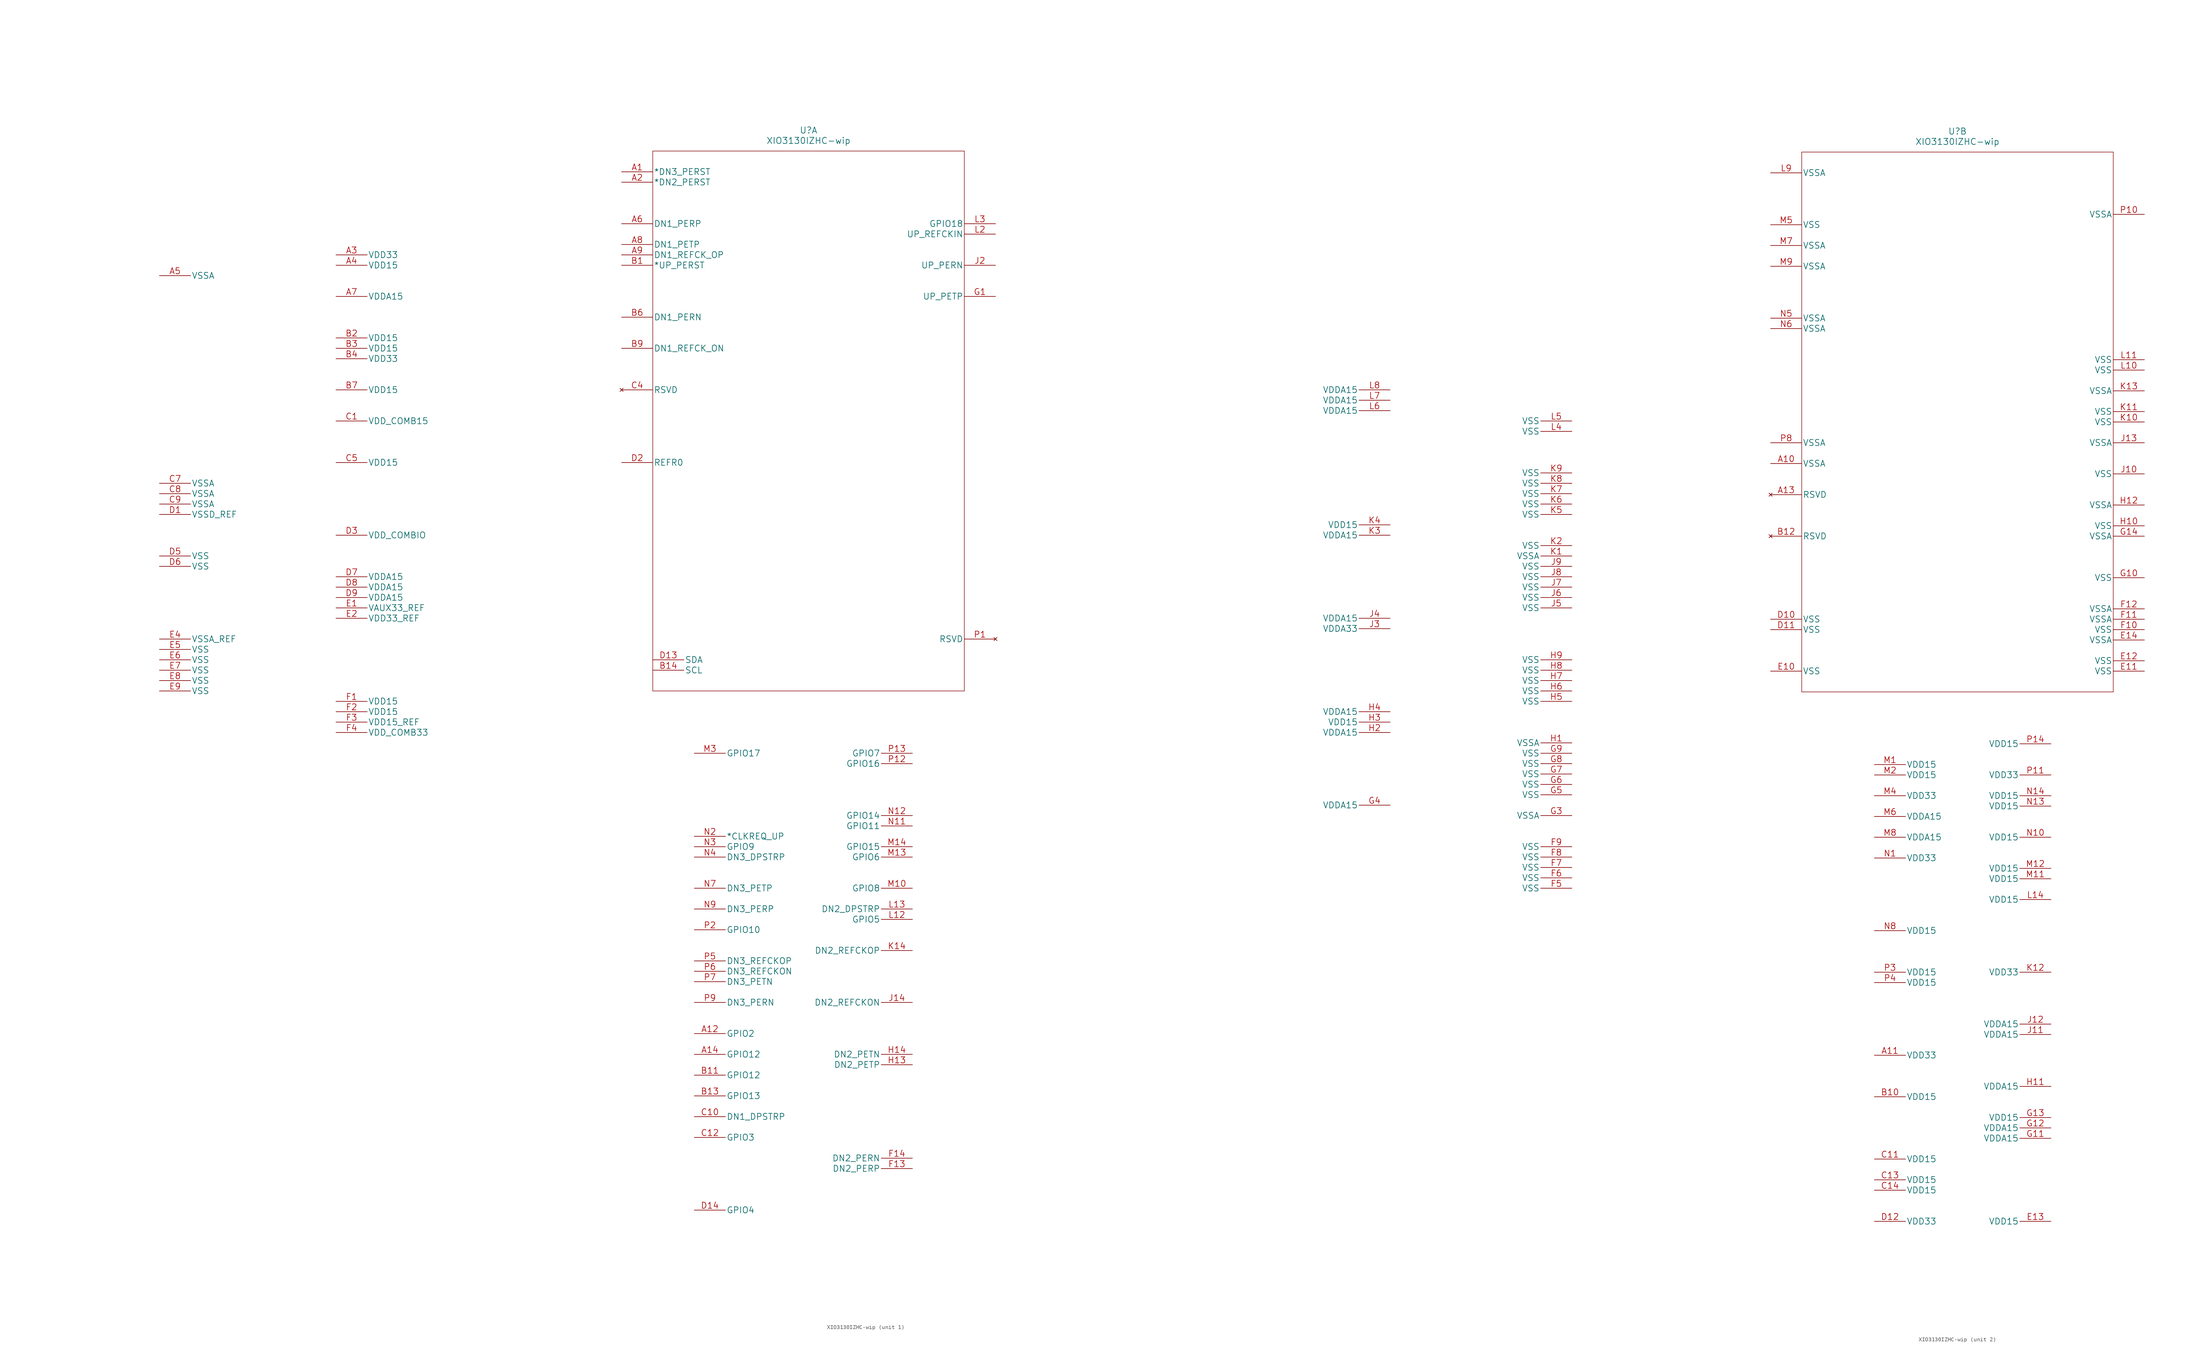
<source format=kicad_sym>
(kicad_symbol_lib
  (version 20201005)
  (generator kicad_symbol_editor)
  (symbol "AP3000:XIO3130IZHC-wip"
    (pin_names
      (offset 0.254))
    (property "Reference" "U"
      (at 0 63.5 0)
      (effects (font (size 1.524 1.524))))
    (property "Value" "XIO3130IZHC-wip"
      (at 0 60.96 0)
      (effects (font (size 1.524 1.524))))
    (property "Datasheet" ""
      (at -45.72 53.34 0)
      (effects (font (size 1.524 1.524))))
    (property "ki_locked" ""
      (at 0 0 0)
      (effects (font (size 1.27 1.27))))
    (symbol "XIO3130IZHC-wip_1_1"
      (polyline (pts (xy -38.1 -73.66) (xy 38.1 -73.66)) (stroke (width 0.127)) (fill (type none)))
      (polyline (pts (xy -38.1 58.42) (xy -38.1 -73.66)) (stroke (width 0.127)) (fill (type none)))
      (polyline (pts (xy 38.1 -73.66) (xy 38.1 58.42)) (stroke (width 0.127)) (fill (type none)))
      (polyline (pts (xy 38.1 58.42) (xy -38.1 58.42)) (stroke (width 0.127)) (fill (type none)))
      (pin output line (at -45.72 53.34 0) (length 7.62) (name "*DN3_PERST" (effects (font (size 1.499 1.499)))) (number "A1" (effects (font (size 1.499 1.499)))))
      (pin bidirectional line (at -27.94 -157.48 0) (length 7.62) (name "GPIO2" (effects (font (size 1.499 1.499)))) (number "A12" (effects (font (size 1.499 1.499)))))
      (pin bidirectional line (at -27.94 -162.56 0) (length 7.62) (name "GPIO12" (effects (font (size 1.499 1.499)))) (number "A14" (effects (font (size 1.499 1.499)))))
      (pin output line (at -45.72 50.8 0) (length 7.62) (name "*DN2_PERST" (effects (font (size 1.499 1.499)))) (number "A2" (effects (font (size 1.499 1.499)))))
      (pin power_in line (at -115.57 33.02 0) (length 7.62) (name "VDD33" (effects (font (size 1.499 1.499)))) (number "A3" (effects (font (size 1.499 1.499)))))
      (pin power_in line (at -115.57 30.48 0) (length 7.62) (name "VDD15" (effects (font (size 1.499 1.499)))) (number "A4" (effects (font (size 1.499 1.499)))))
      (pin power_in line (at -158.75 27.94 0) (length 7.62) (name "VSSA" (effects (font (size 1.499 1.499)))) (number "A5" (effects (font (size 1.499 1.499)))))
      (pin unspecified line (at -45.72 40.64 0) (length 7.62) (name "DN1_PERP" (effects (font (size 1.499 1.499)))) (number "A6" (effects (font (size 1.499 1.499)))))
      (pin power_in line (at -115.57 22.86 0) (length 7.62) (name "VDDA15" (effects (font (size 1.499 1.499)))) (number "A7" (effects (font (size 1.499 1.499)))))
      (pin unspecified line (at -45.72 35.56 0) (length 7.62) (name "DN1_PETP" (effects (font (size 1.499 1.499)))) (number "A8" (effects (font (size 1.499 1.499)))))
      (pin output line (at -45.72 33.02 0) (length 7.62) (name "DN1_REFCK_OP" (effects (font (size 1.499 1.499)))) (number "A9" (effects (font (size 1.499 1.499)))))
      (pin input line (at -45.72 30.48 0) (length 7.62) (name "*UP_PERST" (effects (font (size 1.499 1.499)))) (number "B1" (effects (font (size 1.499 1.499)))))
      (pin bidirectional line (at -27.94 -167.64 0) (length 7.62) (name "GPIO12" (effects (font (size 1.499 1.499)))) (number "B11" (effects (font (size 1.499 1.499)))))
      (pin bidirectional line (at -27.94 -172.72 0) (length 7.62) (name "GPIO13" (effects (font (size 1.499 1.499)))) (number "B13" (effects (font (size 1.499 1.499)))))
      (pin output line (at -38.1 -68.58 0) (length 7.62) (name "SCL" (effects (font (size 1.499 1.499)))) (number "B14" (effects (font (size 1.499 1.499)))))
      (pin power_in line (at -115.57 12.7 0) (length 7.62) (name "VDD15" (effects (font (size 1.499 1.499)))) (number "B2" (effects (font (size 1.499 1.499)))))
      (pin power_in line (at -115.57 10.16 0) (length 7.62) (name "VDD15" (effects (font (size 1.499 1.499)))) (number "B3" (effects (font (size 1.499 1.499)))))
      (pin power_in line (at -115.57 7.62 0) (length 7.62) (name "VDD33" (effects (font (size 1.499 1.499)))) (number "B4" (effects (font (size 1.499 1.499)))))
      (pin unspecified line (at -45.72 17.78 0) (length 7.62) (name "DN1_PERN" (effects (font (size 1.499 1.499)))) (number "B6" (effects (font (size 1.499 1.499)))))
      (pin power_in line (at -115.57 0 0) (length 7.62) (name "VDD15" (effects (font (size 1.499 1.499)))) (number "B7" (effects (font (size 1.499 1.499)))))
      (pin output line (at -45.72 10.16 0) (length 7.62) (name "DN1_REFCK_ON" (effects (font (size 1.499 1.499)))) (number "B9" (effects (font (size 1.499 1.499)))))
      (pin power_in line (at -115.57 -7.62 0) (length 7.62) (name "VDD_COMB15" (effects (font (size 1.499 1.499)))) (number "C1" (effects (font (size 1.499 1.499)))))
      (pin input line (at -27.94 -177.8 0) (length 7.62) (name "DN1_DPSTRP" (effects (font (size 1.499 1.499)))) (number "C10" (effects (font (size 1.499 1.499)))))
      (pin bidirectional line (at -27.94 -182.88 0) (length 7.62) (name "GPIO3" (effects (font (size 1.499 1.499)))) (number "C12" (effects (font (size 1.499 1.499)))))
      (pin no_connect line (at -45.72 0 0) (length 7.62) (name "RSVD" (effects (font (size 1.499 1.499)))) (number "C4" (effects (font (size 1.499 1.499)))))
      (pin power_in line (at -115.57 -17.78 0) (length 7.62) (name "VDD15" (effects (font (size 1.499 1.499)))) (number "C5" (effects (font (size 1.499 1.499)))))
      (pin power_in line (at -158.75 -22.86 0) (length 7.62) (name "VSSA" (effects (font (size 1.499 1.499)))) (number "C7" (effects (font (size 1.499 1.499)))))
      (pin power_in line (at -158.75 -25.4 0) (length 7.62) (name "VSSA" (effects (font (size 1.499 1.499)))) (number "C8" (effects (font (size 1.499 1.499)))))
      (pin power_in line (at -158.75 -27.94 0) (length 7.62) (name "VSSA" (effects (font (size 1.499 1.499)))) (number "C9" (effects (font (size 1.499 1.499)))))
      (pin power_in line (at -158.75 -30.48 0) (length 7.62) (name "VSSD_REF" (effects (font (size 1.499 1.499)))) (number "D1" (effects (font (size 1.499 1.499)))))
      (pin bidirectional line (at -38.1 -66.04 0) (length 7.62) (name "SDA" (effects (font (size 1.499 1.499)))) (number "D13" (effects (font (size 1.499 1.499)))))
      (pin bidirectional line (at -27.94 -200.66 0) (length 7.62) (name "GPIO4" (effects (font (size 1.499 1.499)))) (number "D14" (effects (font (size 1.499 1.499)))))
      (pin unspecified line (at -45.72 -17.78 0) (length 7.62) (name "REFR0" (effects (font (size 1.499 1.499)))) (number "D2" (effects (font (size 1.499 1.499)))))
      (pin power_in line (at -115.57 -35.56 0) (length 7.62) (name "VDD_COMBIO" (effects (font (size 1.499 1.499)))) (number "D3" (effects (font (size 1.499 1.499)))))
      (pin power_in line (at -158.75 -40.64 0) (length 7.62) (name "VSS" (effects (font (size 1.499 1.499)))) (number "D5" (effects (font (size 1.499 1.499)))))
      (pin power_in line (at -158.75 -43.18 0) (length 7.62) (name "VSS" (effects (font (size 1.499 1.499)))) (number "D6" (effects (font (size 1.499 1.499)))))
      (pin power_in line (at -115.57 -45.72 0) (length 7.62) (name "VDDA15" (effects (font (size 1.499 1.499)))) (number "D7" (effects (font (size 1.499 1.499)))))
      (pin power_in line (at -115.57 -48.26 0) (length 7.62) (name "VDDA15" (effects (font (size 1.499 1.499)))) (number "D8" (effects (font (size 1.499 1.499)))))
      (pin power_in line (at -115.57 -50.8 0) (length 7.62) (name "VDDA15" (effects (font (size 1.499 1.499)))) (number "D9" (effects (font (size 1.499 1.499)))))
      (pin power_in line (at -115.57 -53.34 0) (length 7.62) (name "VAUX33_REF" (effects (font (size 1.499 1.499)))) (number "E1" (effects (font (size 1.499 1.499)))))
      (pin power_in line (at -115.57 -55.88 0) (length 7.62) (name "VDD33_REF" (effects (font (size 1.499 1.499)))) (number "E2" (effects (font (size 1.499 1.499)))))
      (pin power_in line (at -158.75 -60.96 0) (length 7.62) (name "VSSA_REF" (effects (font (size 1.499 1.499)))) (number "E4" (effects (font (size 1.499 1.499)))))
      (pin power_in line (at -158.75 -63.5 0) (length 7.62) (name "VSS" (effects (font (size 1.499 1.499)))) (number "E5" (effects (font (size 1.499 1.499)))))
      (pin power_in line (at -158.75 -66.04 0) (length 7.62) (name "VSS" (effects (font (size 1.499 1.499)))) (number "E6" (effects (font (size 1.499 1.499)))))
      (pin power_in line (at -158.75 -68.58 0) (length 7.62) (name "VSS" (effects (font (size 1.499 1.499)))) (number "E7" (effects (font (size 1.499 1.499)))))
      (pin power_in line (at -158.75 -71.12 0) (length 7.62) (name "VSS" (effects (font (size 1.499 1.499)))) (number "E8" (effects (font (size 1.499 1.499)))))
      (pin power_in line (at -158.75 -73.66 0) (length 7.62) (name "VSS" (effects (font (size 1.499 1.499)))) (number "E9" (effects (font (size 1.499 1.499)))))
      (pin power_in line (at -115.57 -76.2 0) (length 7.62) (name "VDD15" (effects (font (size 1.499 1.499)))) (number "F1" (effects (font (size 1.499 1.499)))))
      (pin unspecified line (at 25.4 -190.5 180) (length 7.62) (name "DN2_PERP" (effects (font (size 1.499 1.499)))) (number "F13" (effects (font (size 1.499 1.499)))))
      (pin unspecified line (at 25.4 -187.96 180) (length 7.62) (name "DN2_PERN" (effects (font (size 1.499 1.499)))) (number "F14" (effects (font (size 1.499 1.499)))))
      (pin power_in line (at -115.57 -78.74 0) (length 7.62) (name "VDD15" (effects (font (size 1.499 1.499)))) (number "F2" (effects (font (size 1.499 1.499)))))
      (pin power_in line (at -115.57 -81.28 0) (length 7.62) (name "VDD15_REF" (effects (font (size 1.499 1.499)))) (number "F3" (effects (font (size 1.499 1.499)))))
      (pin power_in line (at -115.57 -83.82 0) (length 7.62) (name "VDD_COMB33" (effects (font (size 1.499 1.499)))) (number "F4" (effects (font (size 1.499 1.499)))))
      (pin power_in line (at 186.69 -121.92 180) (length 7.62) (name "VSS" (effects (font (size 1.499 1.499)))) (number "F5" (effects (font (size 1.499 1.499)))))
      (pin power_in line (at 186.69 -119.38 180) (length 7.62) (name "VSS" (effects (font (size 1.499 1.499)))) (number "F6" (effects (font (size 1.499 1.499)))))
      (pin power_in line (at 186.69 -116.84 180) (length 7.62) (name "VSS" (effects (font (size 1.499 1.499)))) (number "F7" (effects (font (size 1.499 1.499)))))
      (pin power_in line (at 186.69 -114.3 180) (length 7.62) (name "VSS" (effects (font (size 1.499 1.499)))) (number "F8" (effects (font (size 1.499 1.499)))))
      (pin power_in line (at 186.69 -111.76 180) (length 7.62) (name "VSS" (effects (font (size 1.499 1.499)))) (number "F9" (effects (font (size 1.499 1.499)))))
      (pin unspecified line (at 45.72 22.86 180) (length 7.62) (name "UP_PETP" (effects (font (size 1.499 1.499)))) (number "G1" (effects (font (size 1.499 1.499)))))
      (pin power_in line (at 186.69 -104.14 180) (length 7.62) (name "VSSA" (effects (font (size 1.499 1.499)))) (number "G3" (effects (font (size 1.499 1.499)))))
      (pin power_in line (at 142.24 -101.6 180) (length 7.62) (name "VDDA15" (effects (font (size 1.499 1.499)))) (number "G4" (effects (font (size 1.499 1.499)))))
      (pin power_in line (at 186.69 -99.06 180) (length 7.62) (name "VSS" (effects (font (size 1.499 1.499)))) (number "G5" (effects (font (size 1.499 1.499)))))
      (pin power_in line (at 186.69 -96.52 180) (length 7.62) (name "VSS" (effects (font (size 1.499 1.499)))) (number "G6" (effects (font (size 1.499 1.499)))))
      (pin power_in line (at 186.69 -93.98 180) (length 7.62) (name "VSS" (effects (font (size 1.499 1.499)))) (number "G7" (effects (font (size 1.499 1.499)))))
      (pin power_in line (at 186.69 -91.44 180) (length 7.62) (name "VSS" (effects (font (size 1.499 1.499)))) (number "G8" (effects (font (size 1.499 1.499)))))
      (pin power_in line (at 186.69 -88.9 180) (length 7.62) (name "VSS" (effects (font (size 1.499 1.499)))) (number "G9" (effects (font (size 1.499 1.499)))))
      (pin power_in line (at 186.69 -86.36 180) (length 7.62) (name "VSSA" (effects (font (size 1.499 1.499)))) (number "H1" (effects (font (size 1.499 1.499)))))
      (pin unspecified line (at 25.4 -165.1 180) (length 7.62) (name "DN2_PETP" (effects (font (size 1.499 1.499)))) (number "H13" (effects (font (size 1.499 1.499)))))
      (pin unspecified line (at 25.4 -162.56 180) (length 7.62) (name "DN2_PETN" (effects (font (size 1.499 1.499)))) (number "H14" (effects (font (size 1.499 1.499)))))
      (pin power_in line (at 142.24 -83.82 180) (length 7.62) (name "VDDA15" (effects (font (size 1.499 1.499)))) (number "H2" (effects (font (size 1.499 1.499)))))
      (pin power_in line (at 142.24 -81.28 180) (length 7.62) (name "VDD15" (effects (font (size 1.499 1.499)))) (number "H3" (effects (font (size 1.499 1.499)))))
      (pin power_in line (at 142.24 -78.74 180) (length 7.62) (name "VDDA15" (effects (font (size 1.499 1.499)))) (number "H4" (effects (font (size 1.499 1.499)))))
      (pin power_in line (at 186.69 -76.2 180) (length 7.62) (name "VSS" (effects (font (size 1.499 1.499)))) (number "H5" (effects (font (size 1.499 1.499)))))
      (pin power_in line (at 186.69 -73.66 180) (length 7.62) (name "VSS" (effects (font (size 1.499 1.499)))) (number "H6" (effects (font (size 1.499 1.499)))))
      (pin power_in line (at 186.69 -71.12 180) (length 7.62) (name "VSS" (effects (font (size 1.499 1.499)))) (number "H7" (effects (font (size 1.499 1.499)))))
      (pin power_in line (at 186.69 -68.58 180) (length 7.62) (name "VSS" (effects (font (size 1.499 1.499)))) (number "H8" (effects (font (size 1.499 1.499)))))
      (pin power_in line (at 186.69 -66.04 180) (length 7.62) (name "VSS" (effects (font (size 1.499 1.499)))) (number "H9" (effects (font (size 1.499 1.499)))))
      (pin output line (at 25.4 -149.86 180) (length 7.62) (name "DN2_REFCKON" (effects (font (size 1.499 1.499)))) (number "J14" (effects (font (size 1.499 1.499)))))
      (pin unspecified line (at 45.72 30.48 180) (length 7.62) (name "UP_PERN" (effects (font (size 1.499 1.499)))) (number "J2" (effects (font (size 1.499 1.499)))))
      (pin power_in line (at 142.24 -58.42 180) (length 7.62) (name "VDDA33" (effects (font (size 1.499 1.499)))) (number "J3" (effects (font (size 1.499 1.499)))))
      (pin power_in line (at 142.24 -55.88 180) (length 7.62) (name "VDDA15" (effects (font (size 1.499 1.499)))) (number "J4" (effects (font (size 1.499 1.499)))))
      (pin power_in line (at 186.69 -53.34 180) (length 7.62) (name "VSS" (effects (font (size 1.499 1.499)))) (number "J5" (effects (font (size 1.499 1.499)))))
      (pin power_in line (at 186.69 -50.8 180) (length 7.62) (name "VSS" (effects (font (size 1.499 1.499)))) (number "J6" (effects (font (size 1.499 1.499)))))
      (pin power_in line (at 186.69 -48.26 180) (length 7.62) (name "VSS" (effects (font (size 1.499 1.499)))) (number "J7" (effects (font (size 1.499 1.499)))))
      (pin power_in line (at 186.69 -45.72 180) (length 7.62) (name "VSS" (effects (font (size 1.499 1.499)))) (number "J8" (effects (font (size 1.499 1.499)))))
      (pin power_in line (at 186.69 -43.18 180) (length 7.62) (name "VSS" (effects (font (size 1.499 1.499)))) (number "J9" (effects (font (size 1.499 1.499)))))
      (pin power_in line (at 186.69 -40.64 180) (length 7.62) (name "VSSA" (effects (font (size 1.499 1.499)))) (number "K1" (effects (font (size 1.499 1.499)))))
      (pin output line (at 25.4 -137.16 180) (length 7.62) (name "DN2_REFCKOP" (effects (font (size 1.499 1.499)))) (number "K14" (effects (font (size 1.499 1.499)))))
      (pin power_in line (at 186.69 -38.1 180) (length 7.62) (name "VSS" (effects (font (size 1.499 1.499)))) (number "K2" (effects (font (size 1.499 1.499)))))
      (pin power_in line (at 142.24 -35.56 180) (length 7.62) (name "VDDA15" (effects (font (size 1.499 1.499)))) (number "K3" (effects (font (size 1.499 1.499)))))
      (pin power_in line (at 142.24 -33.02 180) (length 7.62) (name "VDD15" (effects (font (size 1.499 1.499)))) (number "K4" (effects (font (size 1.499 1.499)))))
      (pin power_in line (at 186.69 -30.48 180) (length 7.62) (name "VSS" (effects (font (size 1.499 1.499)))) (number "K5" (effects (font (size 1.499 1.499)))))
      (pin power_in line (at 186.69 -27.94 180) (length 7.62) (name "VSS" (effects (font (size 1.499 1.499)))) (number "K6" (effects (font (size 1.499 1.499)))))
      (pin power_in line (at 186.69 -25.4 180) (length 7.62) (name "VSS" (effects (font (size 1.499 1.499)))) (number "K7" (effects (font (size 1.499 1.499)))))
      (pin power_in line (at 186.69 -22.86 180) (length 7.62) (name "VSS" (effects (font (size 1.499 1.499)))) (number "K8" (effects (font (size 1.499 1.499)))))
      (pin power_in line (at 186.69 -20.32 180) (length 7.62) (name "VSS" (effects (font (size 1.499 1.499)))) (number "K9" (effects (font (size 1.499 1.499)))))
      (pin bidirectional line (at 25.4 -129.54 180) (length 7.62) (name "GPIO5" (effects (font (size 1.499 1.499)))) (number "L12" (effects (font (size 1.499 1.499)))))
      (pin input line (at 25.4 -127 180) (length 7.62) (name "DN2_DPSTRP" (effects (font (size 1.499 1.499)))) (number "L13" (effects (font (size 1.499 1.499)))))
      (pin input line (at 45.72 38.1 180) (length 7.62) (name "UP_REFCKIN" (effects (font (size 1.499 1.499)))) (number "L2" (effects (font (size 1.499 1.499)))))
      (pin bidirectional line (at 45.72 40.64 180) (length 7.62) (name "GPIO18" (effects (font (size 1.499 1.499)))) (number "L3" (effects (font (size 1.499 1.499)))))
      (pin power_in line (at 186.69 -10.16 180) (length 7.62) (name "VSS" (effects (font (size 1.499 1.499)))) (number "L4" (effects (font (size 1.499 1.499)))))
      (pin power_in line (at 186.69 -7.62 180) (length 7.62) (name "VSS" (effects (font (size 1.499 1.499)))) (number "L5" (effects (font (size 1.499 1.499)))))
      (pin power_in line (at 142.24 -5.08 180) (length 7.62) (name "VDDA15" (effects (font (size 1.499 1.499)))) (number "L6" (effects (font (size 1.499 1.499)))))
      (pin power_in line (at 142.24 -2.54 180) (length 7.62) (name "VDDA15" (effects (font (size 1.499 1.499)))) (number "L7" (effects (font (size 1.499 1.499)))))
      (pin power_in line (at 142.24 0 180) (length 7.62) (name "VDDA15" (effects (font (size 1.499 1.499)))) (number "L8" (effects (font (size 1.499 1.499)))))
      (pin bidirectional line (at 25.4 -121.92 180) (length 7.62) (name "GPIO8" (effects (font (size 1.499 1.499)))) (number "M10" (effects (font (size 1.499 1.499)))))
      (pin bidirectional line (at 25.4 -114.3 180) (length 7.62) (name "GPIO6" (effects (font (size 1.499 1.499)))) (number "M13" (effects (font (size 1.499 1.499)))))
      (pin bidirectional line (at 25.4 -111.76 180) (length 7.62) (name "GPIO15" (effects (font (size 1.499 1.499)))) (number "M14" (effects (font (size 1.499 1.499)))))
      (pin bidirectional line (at -27.94 -88.9 0) (length 7.62) (name "GPIO17" (effects (font (size 1.499 1.499)))) (number "M3" (effects (font (size 1.499 1.499)))))
      (pin bidirectional line (at 25.4 -106.68 180) (length 7.62) (name "GPIO11" (effects (font (size 1.499 1.499)))) (number "N11" (effects (font (size 1.499 1.499)))))
      (pin bidirectional line (at 25.4 -104.14 180) (length 7.62) (name "GPIO14" (effects (font (size 1.499 1.499)))) (number "N12" (effects (font (size 1.499 1.499)))))
      (pin output line (at -27.94 -109.22 0) (length 7.62) (name "*CLKREQ_UP" (effects (font (size 1.499 1.499)))) (number "N2" (effects (font (size 1.499 1.499)))))
      (pin bidirectional line (at -27.94 -111.76 0) (length 7.62) (name "GPIO9" (effects (font (size 1.499 1.499)))) (number "N3" (effects (font (size 1.499 1.499)))))
      (pin input line (at -27.94 -114.3 0) (length 7.62) (name "DN3_DPSTRP" (effects (font (size 1.499 1.499)))) (number "N4" (effects (font (size 1.499 1.499)))))
      (pin unspecified line (at -27.94 -121.92 0) (length 7.62) (name "DN3_PETP" (effects (font (size 1.499 1.499)))) (number "N7" (effects (font (size 1.499 1.499)))))
      (pin unspecified line (at -27.94 -127 0) (length 7.62) (name "DN3_PERP" (effects (font (size 1.499 1.499)))) (number "N9" (effects (font (size 1.499 1.499)))))
      (pin no_connect line (at 45.72 -60.96 180) (length 7.62) (name "RSVD" (effects (font (size 1.499 1.499)))) (number "P1" (effects (font (size 1.499 1.499)))))
      (pin bidirectional line (at 25.4 -91.44 180) (length 7.62) (name "GPIO16" (effects (font (size 1.499 1.499)))) (number "P12" (effects (font (size 1.499 1.499)))))
      (pin bidirectional line (at 25.4 -88.9 180) (length 7.62) (name "GPIO7" (effects (font (size 1.499 1.499)))) (number "P13" (effects (font (size 1.499 1.499)))))
      (pin bidirectional line (at -27.94 -132.08 0) (length 7.62) (name "GPIO10" (effects (font (size 1.499 1.499)))) (number "P2" (effects (font (size 1.499 1.499)))))
      (pin output line (at -27.94 -139.7 0) (length 7.62) (name "DN3_REFCKOP" (effects (font (size 1.499 1.499)))) (number "P5" (effects (font (size 1.499 1.499)))))
      (pin output line (at -27.94 -142.24 0) (length 7.62) (name "DN3_REFCKON" (effects (font (size 1.499 1.499)))) (number "P6" (effects (font (size 1.499 1.499)))))
      (pin unspecified line (at -27.94 -144.78 0) (length 7.62) (name "DN3_PETN" (effects (font (size 1.499 1.499)))) (number "P7" (effects (font (size 1.499 1.499)))))
      (pin unspecified line (at -27.94 -149.86 0) (length 7.62) (name "DN3_PERN" (effects (font (size 1.499 1.499)))) (number "P9" (effects (font (size 1.499 1.499))))))
    (symbol "XIO3130IZHC-wip_2_1"
      (polyline (pts (xy -38.1 -73.66) (xy 38.1 -73.66)) (stroke (width 0.127)) (fill (type none)))
      (polyline (pts (xy -38.1 58.42) (xy -38.1 -73.66)) (stroke (width 0.127)) (fill (type none)))
      (polyline (pts (xy 38.1 -73.66) (xy 38.1 58.42)) (stroke (width 0.127)) (fill (type none)))
      (polyline (pts (xy 38.1 58.42) (xy -38.1 58.42)) (stroke (width 0.127)) (fill (type none)))
      (pin power_in line (at -45.72 -17.78 0) (length 7.62) (name "VSSA" (effects (font (size 1.499 1.499)))) (number "A10" (effects (font (size 1.499 1.499)))))
      (pin power_in line (at -20.32 -162.56 0) (length 7.62) (name "VDD33" (effects (font (size 1.499 1.499)))) (number "A11" (effects (font (size 1.499 1.499)))))
      (pin no_connect line (at -45.72 -25.4 0) (length 7.62) (name "RSVD" (effects (font (size 1.499 1.499)))) (number "A13" (effects (font (size 1.499 1.499)))))
      (pin power_in line (at -20.32 -172.72 0) (length 7.62) (name "VDD15" (effects (font (size 1.499 1.499)))) (number "B10" (effects (font (size 1.499 1.499)))))
      (pin no_connect line (at -45.72 -35.56 0) (length 7.62) (name "RSVD" (effects (font (size 1.499 1.499)))) (number "B12" (effects (font (size 1.499 1.499)))))
      (pin power_in line (at -20.32 -187.96 0) (length 7.62) (name "VDD15" (effects (font (size 1.499 1.499)))) (number "C11" (effects (font (size 1.499 1.499)))))
      (pin power_in line (at -20.32 -193.04 0) (length 7.62) (name "VDD15" (effects (font (size 1.499 1.499)))) (number "C13" (effects (font (size 1.499 1.499)))))
      (pin power_in line (at -20.32 -195.58 0) (length 7.62) (name "VDD15" (effects (font (size 1.499 1.499)))) (number "C14" (effects (font (size 1.499 1.499)))))
      (pin power_in line (at -45.72 -55.88 0) (length 7.62) (name "VSS" (effects (font (size 1.499 1.499)))) (number "D10" (effects (font (size 1.499 1.499)))))
      (pin power_in line (at -45.72 -58.42 0) (length 7.62) (name "VSS" (effects (font (size 1.499 1.499)))) (number "D11" (effects (font (size 1.499 1.499)))))
      (pin power_in line (at -20.32 -203.2 0) (length 7.62) (name "VDD33" (effects (font (size 1.499 1.499)))) (number "D12" (effects (font (size 1.499 1.499)))))
      (pin power_in line (at -45.72 -68.58 0) (length 7.62) (name "VSS" (effects (font (size 1.499 1.499)))) (number "E10" (effects (font (size 1.499 1.499)))))
      (pin power_in line (at 45.72 -68.58 180) (length 7.62) (name "VSS" (effects (font (size 1.499 1.499)))) (number "E11" (effects (font (size 1.499 1.499)))))
      (pin power_in line (at 45.72 -66.04 180) (length 7.62) (name "VSS" (effects (font (size 1.499 1.499)))) (number "E12" (effects (font (size 1.499 1.499)))))
      (pin power_in line (at 22.86 -203.2 180) (length 7.62) (name "VDD15" (effects (font (size 1.499 1.499)))) (number "E13" (effects (font (size 1.499 1.499)))))
      (pin power_in line (at 45.72 -60.96 180) (length 7.62) (name "VSSA" (effects (font (size 1.499 1.499)))) (number "E14" (effects (font (size 1.499 1.499)))))
      (pin power_in line (at 45.72 -58.42 180) (length 7.62) (name "VSS" (effects (font (size 1.499 1.499)))) (number "F10" (effects (font (size 1.499 1.499)))))
      (pin power_in line (at 45.72 -55.88 180) (length 7.62) (name "VSSA" (effects (font (size 1.499 1.499)))) (number "F11" (effects (font (size 1.499 1.499)))))
      (pin power_in line (at 45.72 -53.34 180) (length 7.62) (name "VSSA" (effects (font (size 1.499 1.499)))) (number "F12" (effects (font (size 1.499 1.499)))))
      (pin power_in line (at 45.72 -45.72 180) (length 7.62) (name "VSS" (effects (font (size 1.499 1.499)))) (number "G10" (effects (font (size 1.499 1.499)))))
      (pin power_in line (at 22.86 -182.88 180) (length 7.62) (name "VDDA15" (effects (font (size 1.499 1.499)))) (number "G11" (effects (font (size 1.499 1.499)))))
      (pin power_in line (at 22.86 -180.34 180) (length 7.62) (name "VDDA15" (effects (font (size 1.499 1.499)))) (number "G12" (effects (font (size 1.499 1.499)))))
      (pin power_in line (at 22.86 -177.8 180) (length 7.62) (name "VDD15" (effects (font (size 1.499 1.499)))) (number "G13" (effects (font (size 1.499 1.499)))))
      (pin power_in line (at 45.72 -35.56 180) (length 7.62) (name "VSSA" (effects (font (size 1.499 1.499)))) (number "G14" (effects (font (size 1.499 1.499)))))
      (pin power_in line (at 45.72 -33.02 180) (length 7.62) (name "VSS" (effects (font (size 1.499 1.499)))) (number "H10" (effects (font (size 1.499 1.499)))))
      (pin power_in line (at 22.86 -170.18 180) (length 7.62) (name "VDDA15" (effects (font (size 1.499 1.499)))) (number "H11" (effects (font (size 1.499 1.499)))))
      (pin power_in line (at 45.72 -27.94 180) (length 7.62) (name "VSSA" (effects (font (size 1.499 1.499)))) (number "H12" (effects (font (size 1.499 1.499)))))
      (pin power_in line (at 45.72 -20.32 180) (length 7.62) (name "VSS" (effects (font (size 1.499 1.499)))) (number "J10" (effects (font (size 1.499 1.499)))))
      (pin power_in line (at 22.86 -157.48 180) (length 7.62) (name "VDDA15" (effects (font (size 1.499 1.499)))) (number "J11" (effects (font (size 1.499 1.499)))))
      (pin power_in line (at 22.86 -154.94 180) (length 7.62) (name "VDDA15" (effects (font (size 1.499 1.499)))) (number "J12" (effects (font (size 1.499 1.499)))))
      (pin power_in line (at 45.72 -12.7 180) (length 7.62) (name "VSSA" (effects (font (size 1.499 1.499)))) (number "J13" (effects (font (size 1.499 1.499)))))
      (pin power_in line (at 45.72 -7.62 180) (length 7.62) (name "VSS" (effects (font (size 1.499 1.499)))) (number "K10" (effects (font (size 1.499 1.499)))))
      (pin power_in line (at 45.72 -5.08 180) (length 7.62) (name "VSS" (effects (font (size 1.499 1.499)))) (number "K11" (effects (font (size 1.499 1.499)))))
      (pin power_in line (at 22.86 -142.24 180) (length 7.62) (name "VDD33" (effects (font (size 1.499 1.499)))) (number "K12" (effects (font (size 1.499 1.499)))))
      (pin power_in line (at 45.72 0 180) (length 7.62) (name "VSSA" (effects (font (size 1.499 1.499)))) (number "K13" (effects (font (size 1.499 1.499)))))
      (pin power_in line (at 45.72 5.08 180) (length 7.62) (name "VSS" (effects (font (size 1.499 1.499)))) (number "L10" (effects (font (size 1.499 1.499)))))
      (pin power_in line (at 45.72 7.62 180) (length 7.62) (name "VSS" (effects (font (size 1.499 1.499)))) (number "L11" (effects (font (size 1.499 1.499)))))
      (pin power_in line (at 22.86 -124.46 180) (length 7.62) (name "VDD15" (effects (font (size 1.499 1.499)))) (number "L14" (effects (font (size 1.499 1.499)))))
      (pin power_in line (at -45.72 53.34 0) (length 7.62) (name "VSSA" (effects (font (size 1.499 1.499)))) (number "L9" (effects (font (size 1.499 1.499)))))
      (pin power_in line (at -20.32 -91.44 0) (length 7.62) (name "VDD15" (effects (font (size 1.499 1.499)))) (number "M1" (effects (font (size 1.499 1.499)))))
      (pin power_in line (at 22.86 -119.38 180) (length 7.62) (name "VDD15" (effects (font (size 1.499 1.499)))) (number "M11" (effects (font (size 1.499 1.499)))))
      (pin power_in line (at 22.86 -116.84 180) (length 7.62) (name "VDD15" (effects (font (size 1.499 1.499)))) (number "M12" (effects (font (size 1.499 1.499)))))
      (pin power_in line (at -20.32 -93.98 0) (length 7.62) (name "VDD15" (effects (font (size 1.499 1.499)))) (number "M2" (effects (font (size 1.499 1.499)))))
      (pin power_in line (at -20.32 -99.06 0) (length 7.62) (name "VDD33" (effects (font (size 1.499 1.499)))) (number "M4" (effects (font (size 1.499 1.499)))))
      (pin power_in line (at -45.72 40.64 0) (length 7.62) (name "VSS" (effects (font (size 1.499 1.499)))) (number "M5" (effects (font (size 1.499 1.499)))))
      (pin power_in line (at -20.32 -104.14 0) (length 7.62) (name "VDDA15" (effects (font (size 1.499 1.499)))) (number "M6" (effects (font (size 1.499 1.499)))))
      (pin power_in line (at -45.72 35.56 0) (length 7.62) (name "VSSA" (effects (font (size 1.499 1.499)))) (number "M7" (effects (font (size 1.499 1.499)))))
      (pin power_in line (at -20.32 -109.22 0) (length 7.62) (name "VDDA15" (effects (font (size 1.499 1.499)))) (number "M8" (effects (font (size 1.499 1.499)))))
      (pin power_in line (at -45.72 30.48 0) (length 7.62) (name "VSSA" (effects (font (size 1.499 1.499)))) (number "M9" (effects (font (size 1.499 1.499)))))
      (pin power_in line (at -20.32 -114.3 0) (length 7.62) (name "VDD33" (effects (font (size 1.499 1.499)))) (number "N1" (effects (font (size 1.499 1.499)))))
      (pin power_in line (at 22.86 -109.22 180) (length 7.62) (name "VDD15" (effects (font (size 1.499 1.499)))) (number "N10" (effects (font (size 1.499 1.499)))))
      (pin power_in line (at 22.86 -101.6 180) (length 7.62) (name "VDD15" (effects (font (size 1.499 1.499)))) (number "N13" (effects (font (size 1.499 1.499)))))
      (pin power_in line (at 22.86 -99.06 180) (length 7.62) (name "VDD15" (effects (font (size 1.499 1.499)))) (number "N14" (effects (font (size 1.499 1.499)))))
      (pin power_in line (at -45.72 17.78 0) (length 7.62) (name "VSSA" (effects (font (size 1.499 1.499)))) (number "N5" (effects (font (size 1.499 1.499)))))
      (pin power_in line (at -45.72 15.24 0) (length 7.62) (name "VSSA" (effects (font (size 1.499 1.499)))) (number "N6" (effects (font (size 1.499 1.499)))))
      (pin power_in line (at -20.32 -132.08 0) (length 7.62) (name "VDD15" (effects (font (size 1.499 1.499)))) (number "N8" (effects (font (size 1.499 1.499)))))
      (pin power_in line (at 45.72 43.18 180) (length 7.62) (name "VSSA" (effects (font (size 1.499 1.499)))) (number "P10" (effects (font (size 1.499 1.499)))))
      (pin power_in line (at 22.86 -93.98 180) (length 7.62) (name "VDD33" (effects (font (size 1.499 1.499)))) (number "P11" (effects (font (size 1.499 1.499)))))
      (pin power_in line (at 22.86 -86.36 180) (length 7.62) (name "VDD15" (effects (font (size 1.499 1.499)))) (number "P14" (effects (font (size 1.499 1.499)))))
      (pin power_in line (at -20.32 -142.24 0) (length 7.62) (name "VDD15" (effects (font (size 1.499 1.499)))) (number "P3" (effects (font (size 1.499 1.499)))))
      (pin power_in line (at -20.32 -144.78 0) (length 7.62) (name "VDD15" (effects (font (size 1.499 1.499)))) (number "P4" (effects (font (size 1.499 1.499)))))
      (pin power_in line (at -45.72 -12.7 0) (length 7.62) (name "VSSA" (effects (font (size 1.499 1.499)))) (number "P8" (effects (font (size 1.499 1.499))))))))
</source>
